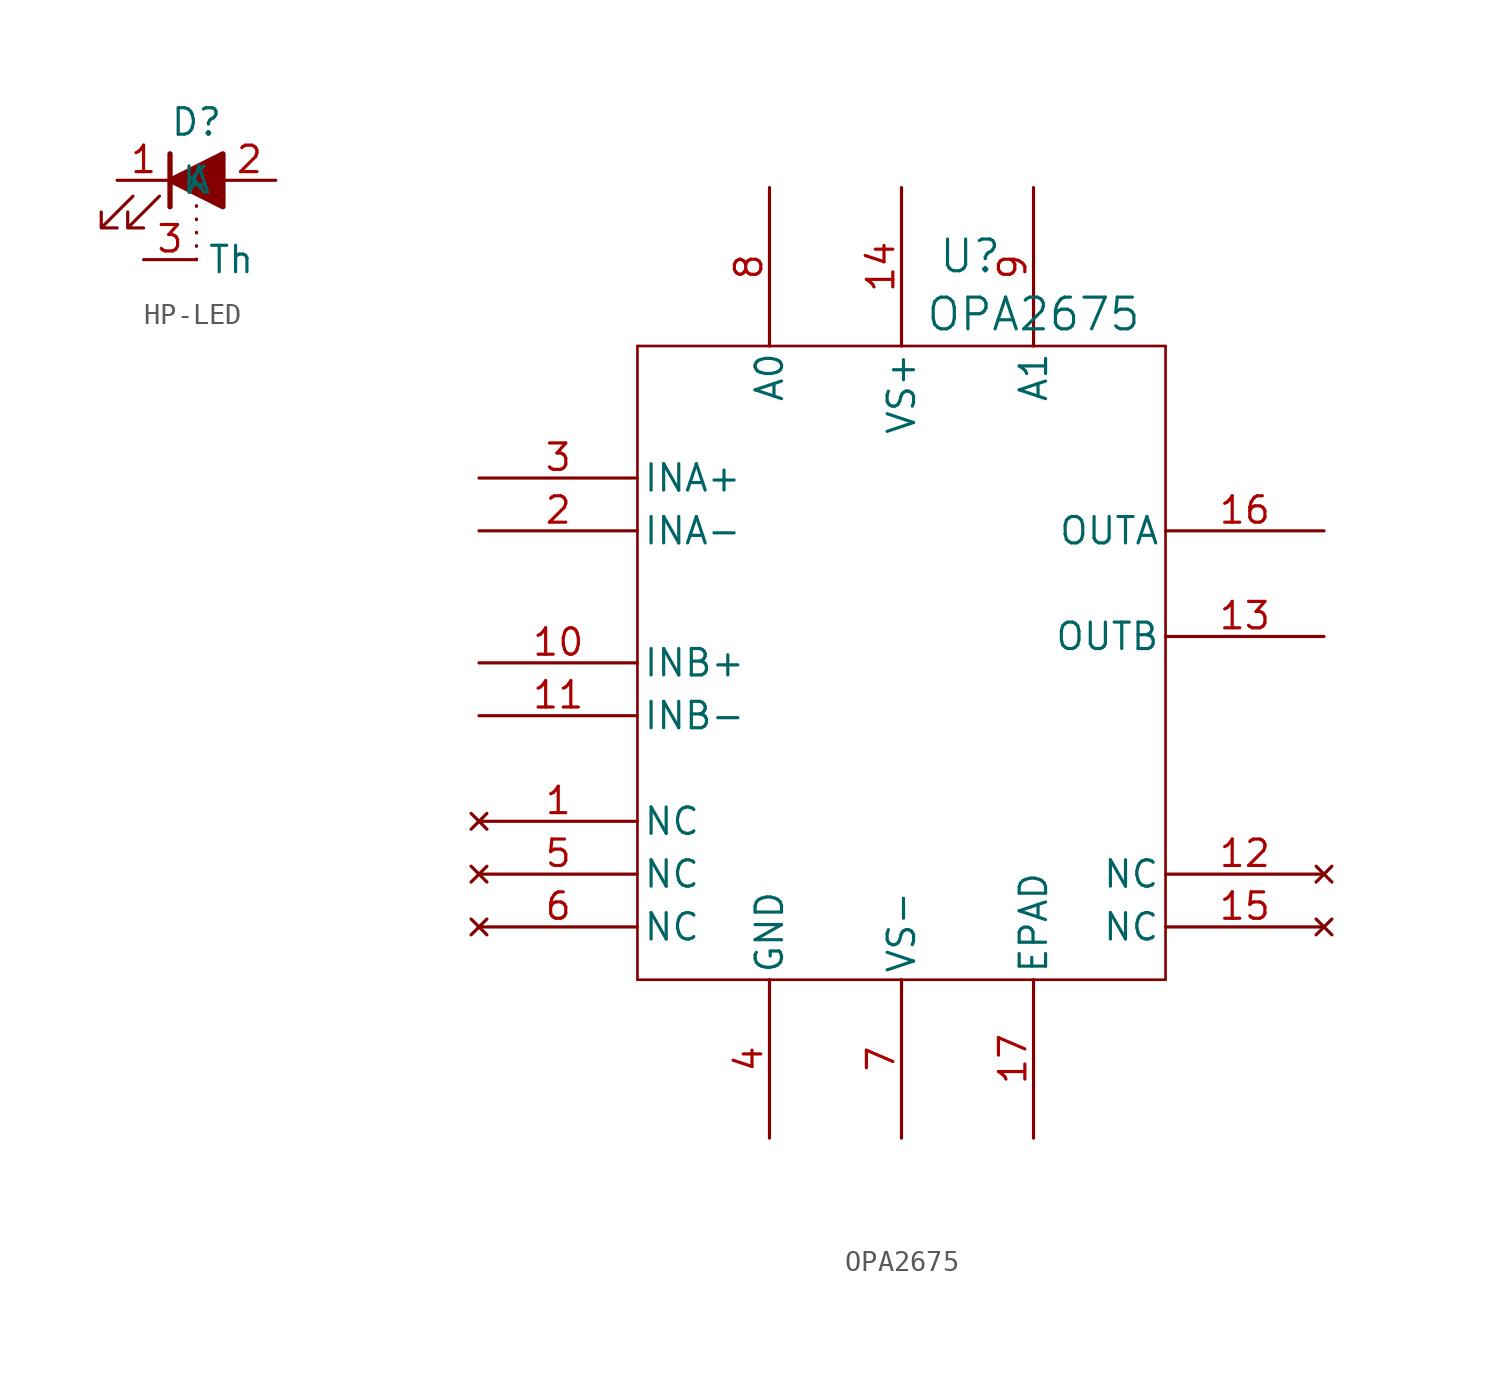
<source format=kicad_sym>
(kicad_symbol_lib
  (version 20231120)
  (generator "kicad_symbol_editor")
  (generator_version "8.0")
  (symbol "HP-LED"
    (property "Reference" "D"
      (at 0 2.794 0)
      (effects (font (size 1.27 1.27))))
    (property "Value" ""
      (at 0 0 0)
      (effects (font (size 1.27 1.27))))
    (symbol "HP-LED_0_1"
      (polyline (pts (xy -1.27 -1.27) (xy -1.27 1.27)) (stroke (width 0.254) (type default)) (fill (type none)))
      (polyline (pts (xy -1.27 0) (xy 1.27 0)) (stroke (width 0) (type default)) (fill (type none)))
      (polyline (pts (xy 1.27 -1.27) (xy 1.27 1.27) (xy -1.27 0) (xy 1.27 -1.27)) (stroke (width 0.254) (type default)) (fill (type outline)))
      (polyline (pts (xy -3.048 -0.762) (xy -4.572 -2.286) (xy -3.81 -2.286) (xy -4.572 -2.286) (xy -4.572 -1.524)) (stroke (width 0) (type default)) (fill (type none)))
      (polyline (pts (xy -1.778 -0.762) (xy -3.302 -2.286) (xy -2.54 -2.286) (xy -3.302 -2.286) (xy -3.302 -1.524)) (stroke (width 0) (type default)) (fill (type none))))
    (symbol "HP-LED_1_1"
      (polyline (pts (xy 0 -3.81) (xy 0 -0.762)) (stroke (width 0) (type dot)) (fill (type none)))
      (pin passive line (at -3.81 0 0) (length 2.54) (name "K" (effects (font (size 1.27 1.27)))) (number "1" (effects (font (size 1.27 1.27)))))
      (pin passive line (at 3.81 0 180) (length 2.54) (name "A" (effects (font (size 1.27 1.27)))) (number "2" (effects (font (size 1.27 1.27)))))
      (pin passive line (at -2.54 -3.81 0) (length 2.54) (name "Th" (effects (font (size 1.27 1.27)))) (number "3" (effects (font (size 1.27 1.27)))))))
  (symbol "OPA2675"
    (pin_names
      (offset 0.254))
    (property "Reference" "U"
      (at 16.002 4.318 0)
      (effects (font (size 1.524 1.524))))
    (property "Value" "OPA2675"
      (at 19.05 1.524 0)
      (effects (font (size 1.524 1.524))))
    (symbol "OPA2675_0_1"
      (polyline (pts (xy 0 -30.48) (xy 25.4 -30.48)) (stroke (width 0.127) (type default)) (fill (type none)))
      (polyline (pts (xy 0 0) (xy 0 -30.48)) (stroke (width 0.127) (type default)) (fill (type none)))
      (polyline (pts (xy 25.4 -30.48) (xy 25.4 0)) (stroke (width 0.127) (type default)) (fill (type none)))
      (polyline (pts (xy 25.4 0) (xy 0 0)) (stroke (width 0.127) (type default)) (fill (type none)))
      (pin no_connect line (at -7.62 -22.86 0) (length 7.62) (name "NC" (effects (font (size 1.27 1.27)))) (number "1" (effects (font (size 1.27 1.27)))))
      (pin input line (at -7.62 -15.24 0) (length 7.62) (name "INB+" (effects (font (size 1.27 1.27)))) (number "10" (effects (font (size 1.27 1.27)))))
      (pin input line (at -7.62 -17.78 0) (length 7.62) (name "INB-" (effects (font (size 1.27 1.27)))) (number "11" (effects (font (size 1.27 1.27)))))
      (pin no_connect line (at 33.02 -25.4 180) (length 7.62) (name "NC" (effects (font (size 1.27 1.27)))) (number "12" (effects (font (size 1.27 1.27)))))
      (pin output line (at 33.02 -13.97 180) (length 7.62) (name "OUTB" (effects (font (size 1.27 1.27)))) (number "13" (effects (font (size 1.27 1.27)))))
      (pin power_in line (at 12.7 7.62 270) (length 7.62) (name "VS+" (effects (font (size 1.27 1.27)))) (number "14" (effects (font (size 1.27 1.27)))))
      (pin no_connect line (at 33.02 -27.94 180) (length 7.62) (name "NC" (effects (font (size 1.27 1.27)))) (number "15" (effects (font (size 1.27 1.27)))))
      (pin output line (at 33.02 -8.89 180) (length 7.62) (name "OUTA" (effects (font (size 1.27 1.27)))) (number "16" (effects (font (size 1.27 1.27)))))
      (pin unspecified line (at 19.05 -38.1 90) (length 7.62) (name "EPAD" (effects (font (size 1.27 1.27)))) (number "17" (effects (font (size 1.27 1.27)))))
      (pin input line (at -7.62 -8.89 0) (length 7.62) (name "INA-" (effects (font (size 1.27 1.27)))) (number "2" (effects (font (size 1.27 1.27)))))
      (pin input line (at -7.62 -6.35 0) (length 7.62) (name "INA+" (effects (font (size 1.27 1.27)))) (number "3" (effects (font (size 1.27 1.27)))))
      (pin power_in line (at 6.35 -38.1 90) (length 7.62) (name "GND" (effects (font (size 1.27 1.27)))) (number "4" (effects (font (size 1.27 1.27)))))
      (pin no_connect line (at -7.62 -25.4 0) (length 7.62) (name "NC" (effects (font (size 1.27 1.27)))) (number "5" (effects (font (size 1.27 1.27)))))
      (pin no_connect line (at -7.62 -27.94 0) (length 7.62) (name "NC" (effects (font (size 1.27 1.27)))) (number "6" (effects (font (size 1.27 1.27)))))
      (pin power_in line (at 12.7 -38.1 90) (length 7.62) (name "VS-" (effects (font (size 1.27 1.27)))) (number "7" (effects (font (size 1.27 1.27)))))
      (pin input line (at 6.35 7.62 270) (length 7.62) (name "A0" (effects (font (size 1.27 1.27)))) (number "8" (effects (font (size 1.27 1.27)))))
      (pin input line (at 19.05 7.62 270) (length 7.62) (name "A1" (effects (font (size 1.27 1.27)))) (number "9" (effects (font (size 1.27 1.27))))))))
</source>
